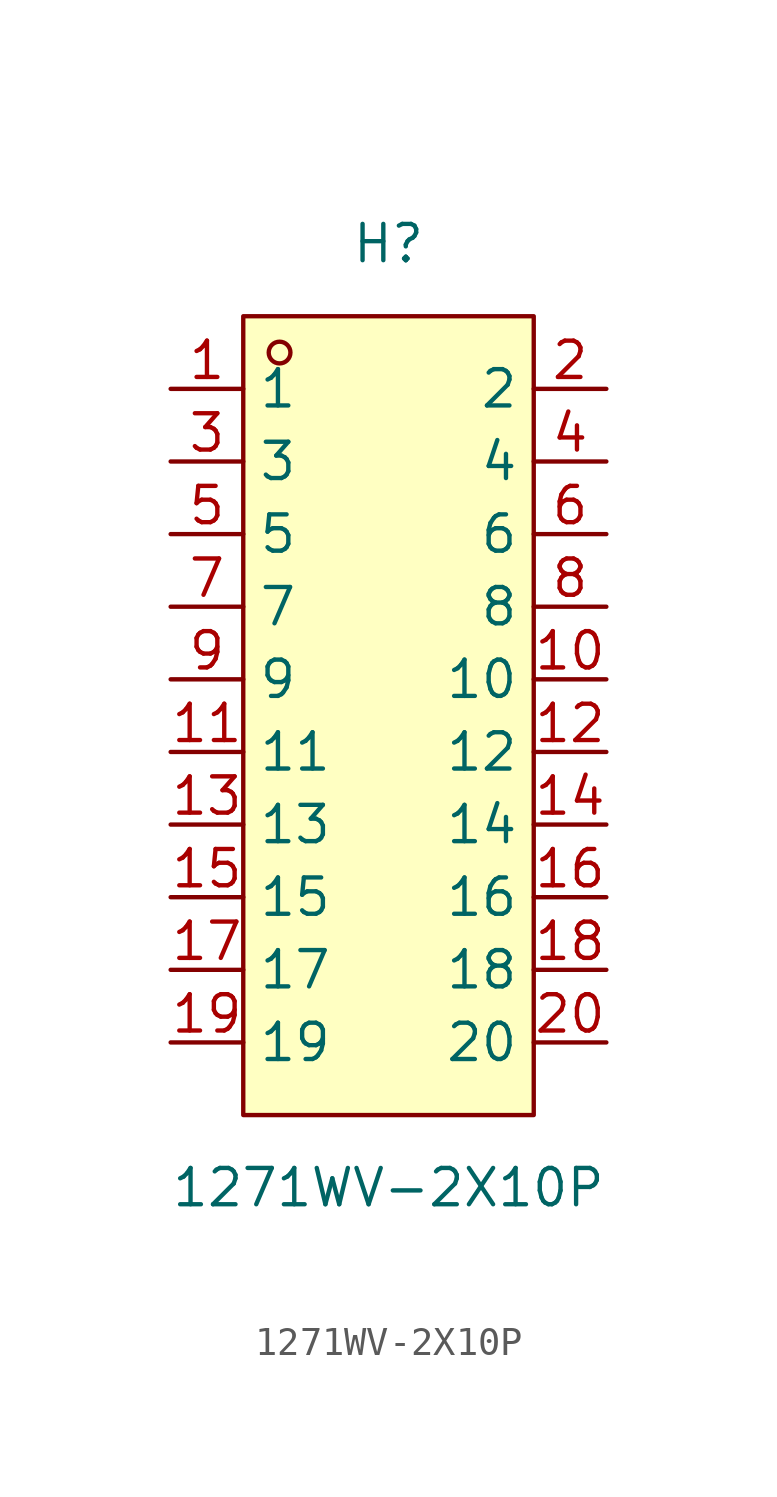
<source format=kicad_sym>
(kicad_symbol_lib
  (version 20211014)
  (generator https://github.com/uPesy/easyeda2kicad.py)
  (symbol "1271WV-2X10P"
    (property "Reference" "H"
      (at 0 16.51 0)
      (effects (font (size 1.27 1.27))))
    (property "Value" "1271WV-2X10P"
      (at 0 -16.51 0)
      (effects (font (size 1.27 1.27))))
    (symbol "1271WV-2X10P_0_1"
      (rectangle (start -5.08 13.97) (end 5.08 -13.97) (stroke (width 0) (type default) (color 0 0 0 0)) (fill (type background)))
      (circle (center -3.81 12.70) (radius 0.38) (stroke (width 0) (type default) (color 0 0 0 0)) (fill (type none)))
      (pin unspecified line (at -7.62 11.43 0) (length 2.54) (name "1" (effects (font (size 1.27 1.27)))) (number "1" (effects (font (size 1.27 1.27)))))
      (pin unspecified line (at 7.62 -11.43 180) (length 2.54) (name "20" (effects (font (size 1.27 1.27)))) (number "20" (effects (font (size 1.27 1.27)))))
      (pin unspecified line (at -7.62 8.89 0) (length 2.54) (name "3" (effects (font (size 1.27 1.27)))) (number "3" (effects (font (size 1.27 1.27)))))
      (pin unspecified line (at 7.62 -8.89 180) (length 2.54) (name "18" (effects (font (size 1.27 1.27)))) (number "18" (effects (font (size 1.27 1.27)))))
      (pin unspecified line (at -7.62 6.35 0) (length 2.54) (name "5" (effects (font (size 1.27 1.27)))) (number "5" (effects (font (size 1.27 1.27)))))
      (pin unspecified line (at 7.62 -6.35 180) (length 2.54) (name "16" (effects (font (size 1.27 1.27)))) (number "16" (effects (font (size 1.27 1.27)))))
      (pin unspecified line (at -7.62 3.81 0) (length 2.54) (name "7" (effects (font (size 1.27 1.27)))) (number "7" (effects (font (size 1.27 1.27)))))
      (pin unspecified line (at 7.62 -3.81 180) (length 2.54) (name "14" (effects (font (size 1.27 1.27)))) (number "14" (effects (font (size 1.27 1.27)))))
      (pin unspecified line (at -7.62 1.27 0) (length 2.54) (name "9" (effects (font (size 1.27 1.27)))) (number "9" (effects (font (size 1.27 1.27)))))
      (pin unspecified line (at 7.62 -1.27 180) (length 2.54) (name "12" (effects (font (size 1.27 1.27)))) (number "12" (effects (font (size 1.27 1.27)))))
      (pin unspecified line (at -7.62 -1.27 0) (length 2.54) (name "11" (effects (font (size 1.27 1.27)))) (number "11" (effects (font (size 1.27 1.27)))))
      (pin unspecified line (at 7.62 1.27 180) (length 2.54) (name "10" (effects (font (size 1.27 1.27)))) (number "10" (effects (font (size 1.27 1.27)))))
      (pin unspecified line (at -7.62 -3.81 0) (length 2.54) (name "13" (effects (font (size 1.27 1.27)))) (number "13" (effects (font (size 1.27 1.27)))))
      (pin unspecified line (at 7.62 3.81 180) (length 2.54) (name "8" (effects (font (size 1.27 1.27)))) (number "8" (effects (font (size 1.27 1.27)))))
      (pin unspecified line (at -7.62 -6.35 0) (length 2.54) (name "15" (effects (font (size 1.27 1.27)))) (number "15" (effects (font (size 1.27 1.27)))))
      (pin unspecified line (at 7.62 6.35 180) (length 2.54) (name "6" (effects (font (size 1.27 1.27)))) (number "6" (effects (font (size 1.27 1.27)))))
      (pin unspecified line (at -7.62 -8.89 0) (length 2.54) (name "17" (effects (font (size 1.27 1.27)))) (number "17" (effects (font (size 1.27 1.27)))))
      (pin unspecified line (at 7.62 8.89 180) (length 2.54) (name "4" (effects (font (size 1.27 1.27)))) (number "4" (effects (font (size 1.27 1.27)))))
      (pin unspecified line (at -7.62 -11.43 0) (length 2.54) (name "19" (effects (font (size 1.27 1.27)))) (number "19" (effects (font (size 1.27 1.27)))))
      (pin unspecified line (at 7.62 11.43 180) (length 2.54) (name "2" (effects (font (size 1.27 1.27)))) (number "2" (effects (font (size 1.27 1.27))))))))
</source>
